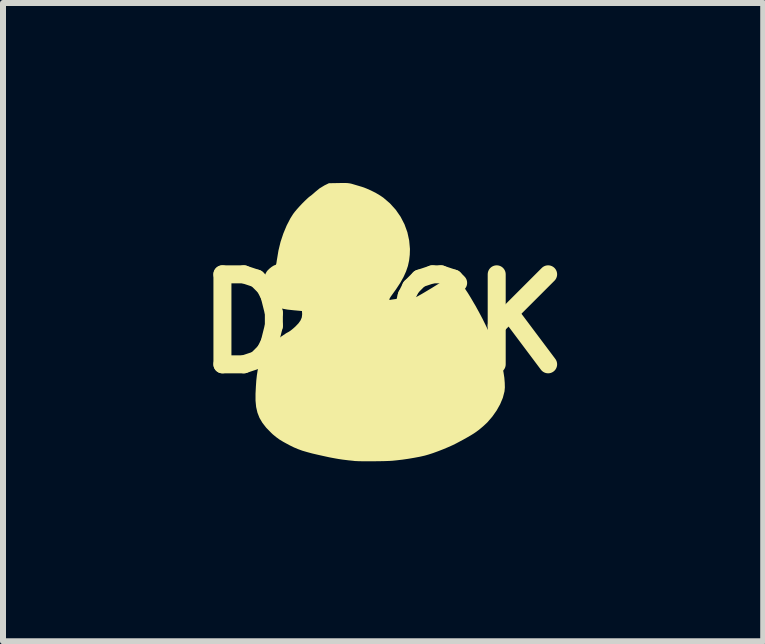
<source format=kicad_pcb>
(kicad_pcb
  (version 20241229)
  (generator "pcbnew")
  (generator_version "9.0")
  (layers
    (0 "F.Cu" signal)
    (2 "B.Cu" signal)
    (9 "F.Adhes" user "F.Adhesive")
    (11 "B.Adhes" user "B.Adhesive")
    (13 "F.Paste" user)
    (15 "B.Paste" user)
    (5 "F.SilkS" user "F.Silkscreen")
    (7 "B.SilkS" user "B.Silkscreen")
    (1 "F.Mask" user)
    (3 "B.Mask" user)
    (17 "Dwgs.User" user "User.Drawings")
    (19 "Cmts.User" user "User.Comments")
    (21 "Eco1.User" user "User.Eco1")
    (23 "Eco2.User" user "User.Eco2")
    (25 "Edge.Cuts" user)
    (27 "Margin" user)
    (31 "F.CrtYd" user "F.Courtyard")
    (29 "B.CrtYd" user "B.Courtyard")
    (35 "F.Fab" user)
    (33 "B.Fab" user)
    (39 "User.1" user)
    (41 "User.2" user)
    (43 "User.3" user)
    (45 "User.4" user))
  (footprint "DUCK"
    (layer "F.Cu")
    (at 3.336 2.344)
    (property "Reference" "DUCK" (at 0 0 0) (layer "F.SilkS") (effects (font (size 1.5 1.5) (thickness 0.3))))
    (attr board_only exclude_from_pos_files exclude_from_bom)
    (fp_poly (pts (xy -0.627 -2.344) (xy -0.59 -2.342) (xy -0.56 -2.338) (xy -0.534 -2.333) (xy -0.509 -2.326) (xy -0.469 -2.314) (xy -0.418 -2.299) (xy -0.368 -2.284) (xy -0.357 -2.281) (xy -0.285 -2.255) (xy -0.205 -2.22) (xy -0.125 -2.18) (xy -0.051 -2.136) (xy 0.002 -2.1) (xy 0.113 -2.005) (xy 0.21 -1.898) (xy 0.291 -1.781) (xy 0.356 -1.655) (xy 0.404 -1.523) (xy 0.434 -1.385) (xy 0.447 -1.244) (xy 0.444 -1.148) (xy 0.433 -1.053) (xy 0.413 -0.961) (xy 0.382 -0.87) (xy 0.34 -0.777) (xy 0.285 -0.679) (xy 0.216 -0.574) (xy 0.16 -0.496) (xy 0.127 -0.45) (xy 0.108 -0.418) (xy 0.103 -0.399) (xy 0.112 -0.394) (xy 0.12 -0.396) (xy 0.14 -0.4) (xy 0.174 -0.405) (xy 0.22 -0.411) (xy 0.271 -0.416) (xy 0.325 -0.422) (xy 0.377 -0.426) (xy 0.421 -0.429) (xy 0.455 -0.43) (xy 0.456 -0.43) (xy 0.488 -0.43) (xy 0.513 -0.432) (xy 0.535 -0.437) (xy 0.559 -0.447) (xy 0.59 -0.464) (xy 0.633 -0.488) (xy 0.64 -0.492) (xy 0.691 -0.522) (xy 0.751 -0.558) (xy 0.813 -0.595) (xy 0.869 -0.63) (xy 0.869 -0.63) (xy 0.931 -0.668) (xy 0.979 -0.696) (xy 1.017 -0.716) (xy 1.048 -0.73) (xy 1.074 -0.738) (xy 1.1 -0.741) (xy 1.123 -0.742) (xy 1.161 -0.74) (xy 1.196 -0.733) (xy 1.229 -0.719) (xy 1.261 -0.698) (xy 1.295 -0.668) (xy 1.33 -0.627) (xy 1.369 -0.575) (xy 1.413 -0.509) (xy 1.462 -0.429) (xy 1.518 -0.333) (xy 1.539 -0.298) (xy 1.595 -0.196) (xy 1.654 -0.085) (xy 1.711 0.03) (xy 1.767 0.148) (xy 1.82 0.264) (xy 1.868 0.376) (xy 1.91 0.48) (xy 1.944 0.572) (xy 1.963 0.628) (xy 1.987 0.717) (xy 2.006 0.81) (xy 2.02 0.901) (xy 2.027 0.988) (xy 2.029 1.065) (xy 2.023 1.128) (xy 2.022 1.133) (xy 1.995 1.237) (xy 1.95 1.344) (xy 1.891 1.449) (xy 1.819 1.551) (xy 1.736 1.647) (xy 1.665 1.713) (xy 1.626 1.746) (xy 1.589 1.776) (xy 1.551 1.804) (xy 1.51 1.832) (xy 1.463 1.861) (xy 1.408 1.893) (xy 1.342 1.93) (xy 1.262 1.973) (xy 1.211 2) (xy 1.154 2.028) (xy 1.082 2.06) (xy 1.001 2.094) (xy 0.916 2.127) (xy 0.831 2.158) (xy 0.757 2.182) (xy 0.694 2.2) (xy 0.615 2.218) (xy 0.525 2.235) (xy 0.426 2.252) (xy 0.323 2.267) (xy 0.22 2.279) (xy 0.151 2.286) (xy 0.116 2.288) (xy 0.066 2.29) (xy 0.005 2.292) (xy -0.065 2.293) (xy -0.138 2.294) (xy -0.212 2.294) (xy -0.284 2.294) (xy -0.35 2.294) (xy -0.406 2.293) (xy -0.449 2.291) (xy -0.474 2.29) (xy -0.496 2.287) (xy -0.532 2.283) (xy -0.575 2.279) (xy -0.606 2.275) (xy -0.672 2.267) (xy -0.74 2.257) (xy -0.814 2.244) (xy -0.898 2.228) (xy -0.994 2.207) (xy -1.075 2.189) (xy -1.179 2.165) (xy -1.268 2.141) (xy -1.347 2.118) (xy -1.418 2.092) (xy -1.487 2.063) (xy -1.558 2.028) (xy -1.634 1.987) (xy -1.665 1.97) (xy -1.728 1.932) (xy -1.784 1.891) (xy -1.841 1.844) (xy -1.869 1.817) (xy -1.949 1.735) (xy -2.012 1.654) (xy -2.061 1.571) (xy -2.095 1.484) (xy -2.117 1.389) (xy -2.127 1.283) (xy -2.127 1.169) (xy -2.121 1.05) (xy -2.114 0.947) (xy -2.104 0.859) (xy -2.092 0.782) (xy -2.075 0.715) (xy -2.055 0.653) (xy -2.03 0.596) (xy -2.006 0.55) (xy -1.949 0.462) (xy -1.876 0.375) (xy -1.793 0.292) (xy -1.704 0.219) (xy -1.613 0.158) (xy -1.577 0.139) (xy -1.552 0.123) (xy -1.519 0.098) (xy -1.483 0.067) (xy -1.464 0.05) (xy -1.411 -0.005) (xy -1.376 -0.055) (xy -1.356 -0.103) (xy -1.35 -0.153) (xy -1.35 -0.164) (xy -1.353 -0.21) (xy -1.485 -0.222) (xy -1.596 -0.234) (xy -1.689 -0.251) (xy -1.765 -0.271) (xy -1.825 -0.297) (xy -1.869 -0.327) (xy -1.9 -0.363) (xy -1.918 -0.406) (xy -1.92 -0.413) (xy -1.921 -0.437) (xy -1.916 -0.464) (xy -1.907 -0.486) (xy -1.897 -0.498) (xy -1.895 -0.498) (xy -1.886 -0.506) (xy -1.88 -0.52) (xy -1.879 -0.534) (xy -1.887 -0.549) (xy -1.906 -0.57) (xy -1.924 -0.586) (xy -1.956 -0.618) (xy -1.976 -0.646) (xy -1.983 -0.669) (xy -1.987 -0.718) (xy -1.979 -0.774) (xy -1.962 -0.828) (xy -1.943 -0.864) (xy -1.922 -0.891) (xy -1.892 -0.919) (xy -1.859 -0.945) (xy -1.828 -0.965) (xy -1.803 -0.976) (xy -1.797 -0.977) (xy -1.789 -0.981) (xy -1.782 -0.994) (xy -1.777 -1.021) (xy -1.771 -1.063) (xy -1.769 -1.072) (xy -1.745 -1.217) (xy -1.71 -1.362) (xy -1.663 -1.503) (xy -1.608 -1.635) (xy -1.546 -1.755) (xy -1.501 -1.826) (xy -1.474 -1.862) (xy -1.438 -1.905) (xy -1.396 -1.952) (xy -1.351 -2) (xy -1.307 -2.044) (xy -1.267 -2.082) (xy -1.235 -2.111) (xy -1.221 -2.121) (xy -1.198 -2.138) (xy -1.167 -2.164) (xy -1.133 -2.194) (xy -1.121 -2.204) (xy -1.056 -2.257) (xy -0.986 -2.299) (xy -0.98 -2.303) (xy -0.904 -2.34) (xy -0.739 -2.343) (xy -0.675 -2.344)) (stroke (width 0) (type solid)) (fill yes) (layer "F.SilkS")))
  (gr_rect
    (start -3 -3)
    (end 9.671 7.638)
    (stroke (width 0.1) (type default))
    (fill no)
    (layer "Edge.Cuts")))
</source>
